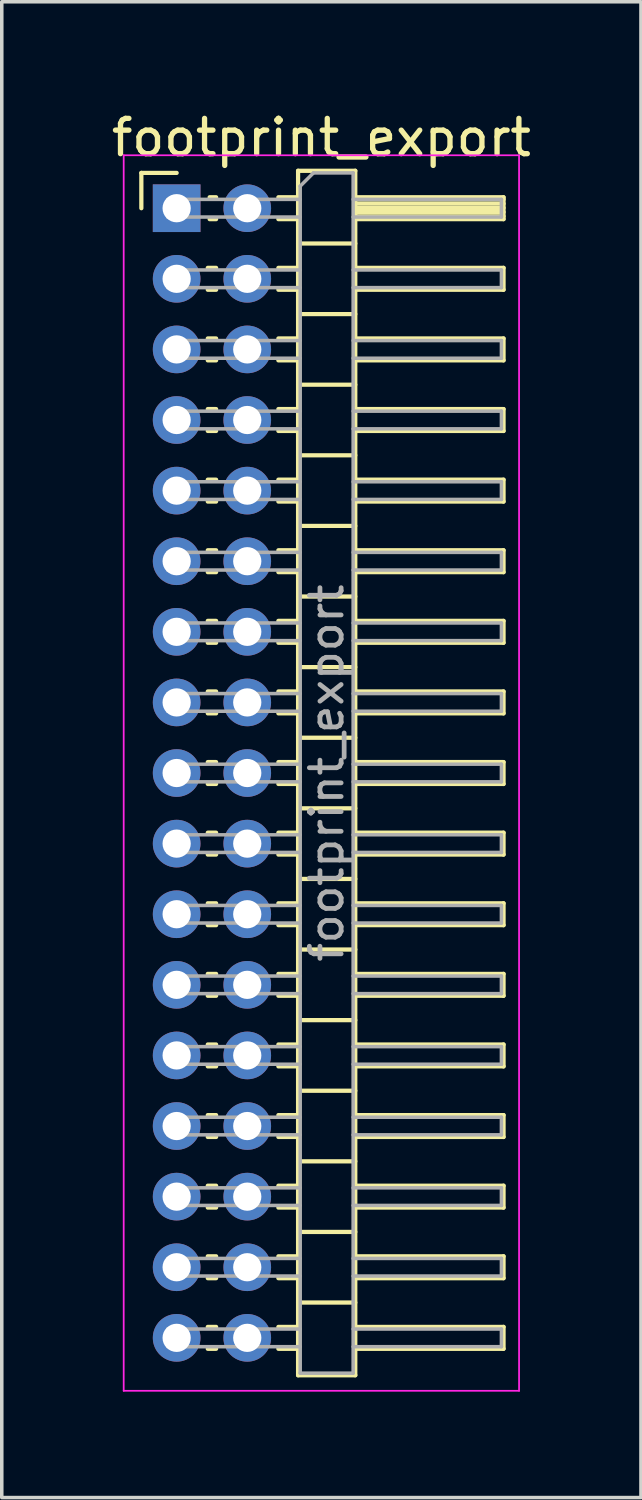
<source format=kicad_pcb>
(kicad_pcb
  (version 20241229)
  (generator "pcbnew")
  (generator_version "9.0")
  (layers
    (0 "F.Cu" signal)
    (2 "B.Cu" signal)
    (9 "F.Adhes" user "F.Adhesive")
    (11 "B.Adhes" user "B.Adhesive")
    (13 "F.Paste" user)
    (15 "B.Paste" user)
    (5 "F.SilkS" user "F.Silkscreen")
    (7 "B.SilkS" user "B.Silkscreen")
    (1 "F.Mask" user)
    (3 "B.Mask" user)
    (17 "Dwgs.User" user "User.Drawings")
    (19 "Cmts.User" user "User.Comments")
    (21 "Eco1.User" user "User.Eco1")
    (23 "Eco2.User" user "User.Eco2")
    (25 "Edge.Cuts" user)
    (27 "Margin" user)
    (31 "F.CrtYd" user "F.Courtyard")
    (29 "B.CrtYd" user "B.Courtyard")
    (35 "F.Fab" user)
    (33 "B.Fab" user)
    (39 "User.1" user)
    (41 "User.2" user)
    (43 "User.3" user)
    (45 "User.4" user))
  (footprint "footprint_export"
    (layer "F.Cu")
    (at 1.954 2.848)
    (property "Reference" "footprint_export" (at 4.1 -2 0) (layer "F.SilkS") (effects (font (size 1 1) (thickness 0.15))))
    (attr through_hole)
    (fp_line (start -1 -1) (end 0 -1) (stroke (width 0.12) (type solid)) (layer "F.SilkS"))
    (fp_line (start -1 0) (end -1 -1) (stroke (width 0.12) (type solid)) (layer "F.SilkS"))
    (fp_line (start 0.882 1.69) (end 1.118 1.69) (stroke (width 0.12) (type solid)) (layer "F.SilkS"))
    (fp_line (start 0.882 2.31) (end 1.118 2.31) (stroke (width 0.12) (type solid)) (layer "F.SilkS"))
    (fp_line (start 0.882 3.69) (end 1.118 3.69) (stroke (width 0.12) (type solid)) (layer "F.SilkS"))
    (fp_line (start 0.882 4.31) (end 1.118 4.31) (stroke (width 0.12) (type solid)) (layer "F.SilkS"))
    (fp_line (start 0.882 5.69) (end 1.118 5.69) (stroke (width 0.12) (type solid)) (layer "F.SilkS"))
    (fp_line (start 0.882 6.31) (end 1.118 6.31) (stroke (width 0.12) (type solid)) (layer "F.SilkS"))
    (fp_line (start 0.882 7.69) (end 1.118 7.69) (stroke (width 0.12) (type solid)) (layer "F.SilkS"))
    (fp_line (start 0.882 8.31) (end 1.118 8.31) (stroke (width 0.12) (type solid)) (layer "F.SilkS"))
    (fp_line (start 0.882 9.69) (end 1.118 9.69) (stroke (width 0.12) (type solid)) (layer "F.SilkS"))
    (fp_line (start 0.882 10.31) (end 1.118 10.31) (stroke (width 0.12) (type solid)) (layer "F.SilkS"))
    (fp_line (start 0.882 11.69) (end 1.118 11.69) (stroke (width 0.12) (type solid)) (layer "F.SilkS"))
    (fp_line (start 0.882 12.31) (end 1.118 12.31) (stroke (width 0.12) (type solid)) (layer "F.SilkS"))
    (fp_line (start 0.882 13.69) (end 1.118 13.69) (stroke (width 0.12) (type solid)) (layer "F.SilkS"))
    (fp_line (start 0.882 14.31) (end 1.118 14.31) (stroke (width 0.12) (type solid)) (layer "F.SilkS"))
    (fp_line (start 0.882 15.69) (end 1.118 15.69) (stroke (width 0.12) (type solid)) (layer "F.SilkS"))
    (fp_line (start 0.882 16.31) (end 1.118 16.31) (stroke (width 0.12) (type solid)) (layer "F.SilkS"))
    (fp_line (start 0.882 17.69) (end 1.118 17.69) (stroke (width 0.12) (type solid)) (layer "F.SilkS"))
    (fp_line (start 0.882 18.31) (end 1.118 18.31) (stroke (width 0.12) (type solid)) (layer "F.SilkS"))
    (fp_line (start 0.882 19.69) (end 1.118 19.69) (stroke (width 0.12) (type solid)) (layer "F.SilkS"))
    (fp_line (start 0.882 20.31) (end 1.118 20.31) (stroke (width 0.12) (type solid)) (layer "F.SilkS"))
    (fp_line (start 0.882 21.69) (end 1.118 21.69) (stroke (width 0.12) (type solid)) (layer "F.SilkS"))
    (fp_line (start 0.882 22.31) (end 1.118 22.31) (stroke (width 0.12) (type solid)) (layer "F.SilkS"))
    (fp_line (start 0.882 23.69) (end 1.118 23.69) (stroke (width 0.12) (type solid)) (layer "F.SilkS"))
    (fp_line (start 0.882 24.31) (end 1.118 24.31) (stroke (width 0.12) (type solid)) (layer "F.SilkS"))
    (fp_line (start 0.882 25.69) (end 1.118 25.69) (stroke (width 0.12) (type solid)) (layer "F.SilkS"))
    (fp_line (start 0.882 26.31) (end 1.118 26.31) (stroke (width 0.12) (type solid)) (layer "F.SilkS"))
    (fp_line (start 0.882 27.69) (end 1.118 27.69) (stroke (width 0.12) (type solid)) (layer "F.SilkS"))
    (fp_line (start 0.882 28.31) (end 1.118 28.31) (stroke (width 0.12) (type solid)) (layer "F.SilkS"))
    (fp_line (start 0.882 29.69) (end 1.118 29.69) (stroke (width 0.12) (type solid)) (layer "F.SilkS"))
    (fp_line (start 0.882 30.31) (end 1.118 30.31) (stroke (width 0.12) (type solid)) (layer "F.SilkS"))
    (fp_line (start 0.882 31.69) (end 1.118 31.69) (stroke (width 0.12) (type solid)) (layer "F.SilkS"))
    (fp_line (start 0.882 32.31) (end 1.118 32.31) (stroke (width 0.12) (type solid)) (layer "F.SilkS"))
    (fp_line (start 0.935 -0.31) (end 1.118 -0.31) (stroke (width 0.12) (type solid)) (layer "F.SilkS"))
    (fp_line (start 0.935 0.31) (end 1.118 0.31) (stroke (width 0.12) (type solid)) (layer "F.SilkS"))
    (fp_line (start 2.882 -0.31) (end 3.44 -0.31) (stroke (width 0.12) (type solid)) (layer "F.SilkS"))
    (fp_line (start 2.882 0.31) (end 3.44 0.31) (stroke (width 0.12) (type solid)) (layer "F.SilkS"))
    (fp_line (start 2.882 1.69) (end 3.44 1.69) (stroke (width 0.12) (type solid)) (layer "F.SilkS"))
    (fp_line (start 2.882 2.31) (end 3.44 2.31) (stroke (width 0.12) (type solid)) (layer "F.SilkS"))
    (fp_line (start 2.882 3.69) (end 3.44 3.69) (stroke (width 0.12) (type solid)) (layer "F.SilkS"))
    (fp_line (start 2.882 4.31) (end 3.44 4.31) (stroke (width 0.12) (type solid)) (layer "F.SilkS"))
    (fp_line (start 2.882 5.69) (end 3.44 5.69) (stroke (width 0.12) (type solid)) (layer "F.SilkS"))
    (fp_line (start 2.882 6.31) (end 3.44 6.31) (stroke (width 0.12) (type solid)) (layer "F.SilkS"))
    (fp_line (start 2.882 7.69) (end 3.44 7.69) (stroke (width 0.12) (type solid)) (layer "F.SilkS"))
    (fp_line (start 2.882 8.31) (end 3.44 8.31) (stroke (width 0.12) (type solid)) (layer "F.SilkS"))
    (fp_line (start 2.882 9.69) (end 3.44 9.69) (stroke (width 0.12) (type solid)) (layer "F.SilkS"))
    (fp_line (start 2.882 10.31) (end 3.44 10.31) (stroke (width 0.12) (type solid)) (layer "F.SilkS"))
    (fp_line (start 2.882 11.69) (end 3.44 11.69) (stroke (width 0.12) (type solid)) (layer "F.SilkS"))
    (fp_line (start 2.882 12.31) (end 3.44 12.31) (stroke (width 0.12) (type solid)) (layer "F.SilkS"))
    (fp_line (start 2.882 13.69) (end 3.44 13.69) (stroke (width 0.12) (type solid)) (layer "F.SilkS"))
    (fp_line (start 2.882 14.31) (end 3.44 14.31) (stroke (width 0.12) (type solid)) (layer "F.SilkS"))
    (fp_line (start 2.882 15.69) (end 3.44 15.69) (stroke (width 0.12) (type solid)) (layer "F.SilkS"))
    (fp_line (start 2.882 16.31) (end 3.44 16.31) (stroke (width 0.12) (type solid)) (layer "F.SilkS"))
    (fp_line (start 2.882 17.69) (end 3.44 17.69) (stroke (width 0.12) (type solid)) (layer "F.SilkS"))
    (fp_line (start 2.882 18.31) (end 3.44 18.31) (stroke (width 0.12) (type solid)) (layer "F.SilkS"))
    (fp_line (start 2.882 19.69) (end 3.44 19.69) (stroke (width 0.12) (type solid)) (layer "F.SilkS"))
    (fp_line (start 2.882 20.31) (end 3.44 20.31) (stroke (width 0.12) (type solid)) (layer "F.SilkS"))
    (fp_line (start 2.882 21.69) (end 3.44 21.69) (stroke (width 0.12) (type solid)) (layer "F.SilkS"))
    (fp_line (start 2.882 22.31) (end 3.44 22.31) (stroke (width 0.12) (type solid)) (layer "F.SilkS"))
    (fp_line (start 2.882 23.69) (end 3.44 23.69) (stroke (width 0.12) (type solid)) (layer "F.SilkS"))
    (fp_line (start 2.882 24.31) (end 3.44 24.31) (stroke (width 0.12) (type solid)) (layer "F.SilkS"))
    (fp_line (start 2.882 25.69) (end 3.44 25.69) (stroke (width 0.12) (type solid)) (layer "F.SilkS"))
    (fp_line (start 2.882 26.31) (end 3.44 26.31) (stroke (width 0.12) (type solid)) (layer "F.SilkS"))
    (fp_line (start 2.882 27.69) (end 3.44 27.69) (stroke (width 0.12) (type solid)) (layer "F.SilkS"))
    (fp_line (start 2.882 28.31) (end 3.44 28.31) (stroke (width 0.12) (type solid)) (layer "F.SilkS"))
    (fp_line (start 2.882 29.69) (end 3.44 29.69) (stroke (width 0.12) (type solid)) (layer "F.SilkS"))
    (fp_line (start 2.882 30.31) (end 3.44 30.31) (stroke (width 0.12) (type solid)) (layer "F.SilkS"))
    (fp_line (start 2.882 31.69) (end 3.44 31.69) (stroke (width 0.12) (type solid)) (layer "F.SilkS"))
    (fp_line (start 2.882 32.31) (end 3.44 32.31) (stroke (width 0.12) (type solid)) (layer "F.SilkS"))
    (fp_line (start 3.44 -1.06) (end 3.44 33.06) (stroke (width 0.12) (type solid)) (layer "F.SilkS"))
    (fp_line (start 3.44 1) (end 5.06 1) (stroke (width 0.12) (type solid)) (layer "F.SilkS"))
    (fp_line (start 3.44 3) (end 5.06 3) (stroke (width 0.12) (type solid)) (layer "F.SilkS"))
    (fp_line (start 3.44 5) (end 5.06 5) (stroke (width 0.12) (type solid)) (layer "F.SilkS"))
    (fp_line (start 3.44 7) (end 5.06 7) (stroke (width 0.12) (type solid)) (layer "F.SilkS"))
    (fp_line (start 3.44 9) (end 5.06 9) (stroke (width 0.12) (type solid)) (layer "F.SilkS"))
    (fp_line (start 3.44 11) (end 5.06 11) (stroke (width 0.12) (type solid)) (layer "F.SilkS"))
    (fp_line (start 3.44 13) (end 5.06 13) (stroke (width 0.12) (type solid)) (layer "F.SilkS"))
    (fp_line (start 3.44 15) (end 5.06 15) (stroke (width 0.12) (type solid)) (layer "F.SilkS"))
    (fp_line (start 3.44 17) (end 5.06 17) (stroke (width 0.12) (type solid)) (layer "F.SilkS"))
    (fp_line (start 3.44 19) (end 5.06 19) (stroke (width 0.12) (type solid)) (layer "F.SilkS"))
    (fp_line (start 3.44 21) (end 5.06 21) (stroke (width 0.12) (type solid)) (layer "F.SilkS"))
    (fp_line (start 3.44 23) (end 5.06 23) (stroke (width 0.12) (type solid)) (layer "F.SilkS"))
    (fp_line (start 3.44 25) (end 5.06 25) (stroke (width 0.12) (type solid)) (layer "F.SilkS"))
    (fp_line (start 3.44 27) (end 5.06 27) (stroke (width 0.12) (type solid)) (layer "F.SilkS"))
    (fp_line (start 3.44 29) (end 5.06 29) (stroke (width 0.12) (type solid)) (layer "F.SilkS"))
    (fp_line (start 3.44 31) (end 5.06 31) (stroke (width 0.12) (type solid)) (layer "F.SilkS"))
    (fp_line (start 3.44 33.06) (end 5.06 33.06) (stroke (width 0.12) (type solid)) (layer "F.SilkS"))
    (fp_line (start 5.06 -1.06) (end 3.44 -1.06) (stroke (width 0.12) (type solid)) (layer "F.SilkS"))
    (fp_line (start 5.06 -0.31) (end 9.26 -0.31) (stroke (width 0.12) (type solid)) (layer "F.SilkS"))
    (fp_line (start 5.06 -0.25) (end 9.26 -0.25) (stroke (width 0.12) (type solid)) (layer "F.SilkS"))
    (fp_line (start 5.06 -0.13) (end 9.26 -0.13) (stroke (width 0.12) (type solid)) (layer "F.SilkS"))
    (fp_line (start 5.06 -0.01) (end 9.26 -0.01) (stroke (width 0.12) (type solid)) (layer "F.SilkS"))
    (fp_line (start 5.06 0.11) (end 9.26 0.11) (stroke (width 0.12) (type solid)) (layer "F.SilkS"))
    (fp_line (start 5.06 0.23) (end 9.26 0.23) (stroke (width 0.12) (type solid)) (layer "F.SilkS"))
    (fp_line (start 5.06 1.69) (end 9.26 1.69) (stroke (width 0.12) (type solid)) (layer "F.SilkS"))
    (fp_line (start 5.06 3.69) (end 9.26 3.69) (stroke (width 0.12) (type solid)) (layer "F.SilkS"))
    (fp_line (start 5.06 5.69) (end 9.26 5.69) (stroke (width 0.12) (type solid)) (layer "F.SilkS"))
    (fp_line (start 5.06 7.69) (end 9.26 7.69) (stroke (width 0.12) (type solid)) (layer "F.SilkS"))
    (fp_line (start 5.06 9.69) (end 9.26 9.69) (stroke (width 0.12) (type solid)) (layer "F.SilkS"))
    (fp_line (start 5.06 11.69) (end 9.26 11.69) (stroke (width 0.12) (type solid)) (layer "F.SilkS"))
    (fp_line (start 5.06 13.69) (end 9.26 13.69) (stroke (width 0.12) (type solid)) (layer "F.SilkS"))
    (fp_line (start 5.06 15.69) (end 9.26 15.69) (stroke (width 0.12) (type solid)) (layer "F.SilkS"))
    (fp_line (start 5.06 17.69) (end 9.26 17.69) (stroke (width 0.12) (type solid)) (layer "F.SilkS"))
    (fp_line (start 5.06 19.69) (end 9.26 19.69) (stroke (width 0.12) (type solid)) (layer "F.SilkS"))
    (fp_line (start 5.06 21.69) (end 9.26 21.69) (stroke (width 0.12) (type solid)) (layer "F.SilkS"))
    (fp_line (start 5.06 23.69) (end 9.26 23.69) (stroke (width 0.12) (type solid)) (layer "F.SilkS"))
    (fp_line (start 5.06 25.69) (end 9.26 25.69) (stroke (width 0.12) (type solid)) (layer "F.SilkS"))
    (fp_line (start 5.06 27.69) (end 9.26 27.69) (stroke (width 0.12) (type solid)) (layer "F.SilkS"))
    (fp_line (start 5.06 29.69) (end 9.26 29.69) (stroke (width 0.12) (type solid)) (layer "F.SilkS"))
    (fp_line (start 5.06 31.69) (end 9.26 31.69) (stroke (width 0.12) (type solid)) (layer "F.SilkS"))
    (fp_line (start 5.06 33.06) (end 5.06 -1.06) (stroke (width 0.12) (type solid)) (layer "F.SilkS"))
    (fp_line (start 9.26 -0.31) (end 9.26 0.31) (stroke (width 0.12) (type solid)) (layer "F.SilkS"))
    (fp_line (start 9.26 0.31) (end 5.06 0.31) (stroke (width 0.12) (type solid)) (layer "F.SilkS"))
    (fp_line (start 9.26 1.69) (end 9.26 2.31) (stroke (width 0.12) (type solid)) (layer "F.SilkS"))
    (fp_line (start 9.26 2.31) (end 5.06 2.31) (stroke (width 0.12) (type solid)) (layer "F.SilkS"))
    (fp_line (start 9.26 3.69) (end 9.26 4.31) (stroke (width 0.12) (type solid)) (layer "F.SilkS"))
    (fp_line (start 9.26 4.31) (end 5.06 4.31) (stroke (width 0.12) (type solid)) (layer "F.SilkS"))
    (fp_line (start 9.26 5.69) (end 9.26 6.31) (stroke (width 0.12) (type solid)) (layer "F.SilkS"))
    (fp_line (start 9.26 6.31) (end 5.06 6.31) (stroke (width 0.12) (type solid)) (layer "F.SilkS"))
    (fp_line (start 9.26 7.69) (end 9.26 8.31) (stroke (width 0.12) (type solid)) (layer "F.SilkS"))
    (fp_line (start 9.26 8.31) (end 5.06 8.31) (stroke (width 0.12) (type solid)) (layer "F.SilkS"))
    (fp_line (start 9.26 9.69) (end 9.26 10.31) (stroke (width 0.12) (type solid)) (layer "F.SilkS"))
    (fp_line (start 9.26 10.31) (end 5.06 10.31) (stroke (width 0.12) (type solid)) (layer "F.SilkS"))
    (fp_line (start 9.26 11.69) (end 9.26 12.31) (stroke (width 0.12) (type solid)) (layer "F.SilkS"))
    (fp_line (start 9.26 12.31) (end 5.06 12.31) (stroke (width 0.12) (type solid)) (layer "F.SilkS"))
    (fp_line (start 9.26 13.69) (end 9.26 14.31) (stroke (width 0.12) (type solid)) (layer "F.SilkS"))
    (fp_line (start 9.26 14.31) (end 5.06 14.31) (stroke (width 0.12) (type solid)) (layer "F.SilkS"))
    (fp_line (start 9.26 15.69) (end 9.26 16.31) (stroke (width 0.12) (type solid)) (layer "F.SilkS"))
    (fp_line (start 9.26 16.31) (end 5.06 16.31) (stroke (width 0.12) (type solid)) (layer "F.SilkS"))
    (fp_line (start 9.26 17.69) (end 9.26 18.31) (stroke (width 0.12) (type solid)) (layer "F.SilkS"))
    (fp_line (start 9.26 18.31) (end 5.06 18.31) (stroke (width 0.12) (type solid)) (layer "F.SilkS"))
    (fp_line (start 9.26 19.69) (end 9.26 20.31) (stroke (width 0.12) (type solid)) (layer "F.SilkS"))
    (fp_line (start 9.26 20.31) (end 5.06 20.31) (stroke (width 0.12) (type solid)) (layer "F.SilkS"))
    (fp_line (start 9.26 21.69) (end 9.26 22.31) (stroke (width 0.12) (type solid)) (layer "F.SilkS"))
    (fp_line (start 9.26 22.31) (end 5.06 22.31) (stroke (width 0.12) (type solid)) (layer "F.SilkS"))
    (fp_line (start 9.26 23.69) (end 9.26 24.31) (stroke (width 0.12) (type solid)) (layer "F.SilkS"))
    (fp_line (start 9.26 24.31) (end 5.06 24.31) (stroke (width 0.12) (type solid)) (layer "F.SilkS"))
    (fp_line (start 9.26 25.69) (end 9.26 26.31) (stroke (width 0.12) (type solid)) (layer "F.SilkS"))
    (fp_line (start 9.26 26.31) (end 5.06 26.31) (stroke (width 0.12) (type solid)) (layer "F.SilkS"))
    (fp_line (start 9.26 27.69) (end 9.26 28.31) (stroke (width 0.12) (type solid)) (layer "F.SilkS"))
    (fp_line (start 9.26 28.31) (end 5.06 28.31) (stroke (width 0.12) (type solid)) (layer "F.SilkS"))
    (fp_line (start 9.26 29.69) (end 9.26 30.31) (stroke (width 0.12) (type solid)) (layer "F.SilkS"))
    (fp_line (start 9.26 30.31) (end 5.06 30.31) (stroke (width 0.12) (type solid)) (layer "F.SilkS"))
    (fp_line (start 9.26 31.69) (end 9.26 32.31) (stroke (width 0.12) (type solid)) (layer "F.SilkS"))
    (fp_line (start 9.26 32.31) (end 5.06 32.31) (stroke (width 0.12) (type solid)) (layer "F.SilkS"))
    (fp_line (start -1.5 -1.5) (end -1.5 33.5) (stroke (width 0.05) (type solid)) (layer "F.CrtYd"))
    (fp_line (start -1.5 33.5) (end 9.7 33.5) (stroke (width 0.05) (type solid)) (layer "F.CrtYd"))
    (fp_line (start 9.7 -1.5) (end -1.5 -1.5) (stroke (width 0.05) (type solid)) (layer "F.CrtYd"))
    (fp_line (start 9.7 33.5) (end 9.7 -1.5) (stroke (width 0.05) (type solid)) (layer "F.CrtYd"))
    (fp_line (start -0.25 -0.25) (end -0.25 0.25) (stroke (width 0.1) (type solid)) (layer "F.Fab"))
    (fp_line (start -0.25 -0.25) (end 3.5 -0.25) (stroke (width 0.1) (type solid)) (layer "F.Fab"))
    (fp_line (start -0.25 0.25) (end 3.5 0.25) (stroke (width 0.1) (type solid)) (layer "F.Fab"))
    (fp_line (start -0.25 1.75) (end -0.25 2.25) (stroke (width 0.1) (type solid)) (layer "F.Fab"))
    (fp_line (start -0.25 1.75) (end 3.5 1.75) (stroke (width 0.1) (type solid)) (layer "F.Fab"))
    (fp_line (start -0.25 2.25) (end 3.5 2.25) (stroke (width 0.1) (type solid)) (layer "F.Fab"))
    (fp_line (start -0.25 3.75) (end -0.25 4.25) (stroke (width 0.1) (type solid)) (layer "F.Fab"))
    (fp_line (start -0.25 3.75) (end 3.5 3.75) (stroke (width 0.1) (type solid)) (layer "F.Fab"))
    (fp_line (start -0.25 4.25) (end 3.5 4.25) (stroke (width 0.1) (type solid)) (layer "F.Fab"))
    (fp_line (start -0.25 5.75) (end -0.25 6.25) (stroke (width 0.1) (type solid)) (layer "F.Fab"))
    (fp_line (start -0.25 5.75) (end 3.5 5.75) (stroke (width 0.1) (type solid)) (layer "F.Fab"))
    (fp_line (start -0.25 6.25) (end 3.5 6.25) (stroke (width 0.1) (type solid)) (layer "F.Fab"))
    (fp_line (start -0.25 7.75) (end -0.25 8.25) (stroke (width 0.1) (type solid)) (layer "F.Fab"))
    (fp_line (start -0.25 7.75) (end 3.5 7.75) (stroke (width 0.1) (type solid)) (layer "F.Fab"))
    (fp_line (start -0.25 8.25) (end 3.5 8.25) (stroke (width 0.1) (type solid)) (layer "F.Fab"))
    (fp_line (start -0.25 9.75) (end -0.25 10.25) (stroke (width 0.1) (type solid)) (layer "F.Fab"))
    (fp_line (start -0.25 9.75) (end 3.5 9.75) (stroke (width 0.1) (type solid)) (layer "F.Fab"))
    (fp_line (start -0.25 10.25) (end 3.5 10.25) (stroke (width 0.1) (type solid)) (layer "F.Fab"))
    (fp_line (start -0.25 11.75) (end -0.25 12.25) (stroke (width 0.1) (type solid)) (layer "F.Fab"))
    (fp_line (start -0.25 11.75) (end 3.5 11.75) (stroke (width 0.1) (type solid)) (layer "F.Fab"))
    (fp_line (start -0.25 12.25) (end 3.5 12.25) (stroke (width 0.1) (type solid)) (layer "F.Fab"))
    (fp_line (start -0.25 13.75) (end -0.25 14.25) (stroke (width 0.1) (type solid)) (layer "F.Fab"))
    (fp_line (start -0.25 13.75) (end 3.5 13.75) (stroke (width 0.1) (type solid)) (layer "F.Fab"))
    (fp_line (start -0.25 14.25) (end 3.5 14.25) (stroke (width 0.1) (type solid)) (layer "F.Fab"))
    (fp_line (start -0.25 15.75) (end -0.25 16.25) (stroke (width 0.1) (type solid)) (layer "F.Fab"))
    (fp_line (start -0.25 15.75) (end 3.5 15.75) (stroke (width 0.1) (type solid)) (layer "F.Fab"))
    (fp_line (start -0.25 16.25) (end 3.5 16.25) (stroke (width 0.1) (type solid)) (layer "F.Fab"))
    (fp_line (start -0.25 17.75) (end -0.25 18.25) (stroke (width 0.1) (type solid)) (layer "F.Fab"))
    (fp_line (start -0.25 17.75) (end 3.5 17.75) (stroke (width 0.1) (type solid)) (layer "F.Fab"))
    (fp_line (start -0.25 18.25) (end 3.5 18.25) (stroke (width 0.1) (type solid)) (layer "F.Fab"))
    (fp_line (start -0.25 19.75) (end -0.25 20.25) (stroke (width 0.1) (type solid)) (layer "F.Fab"))
    (fp_line (start -0.25 19.75) (end 3.5 19.75) (stroke (width 0.1) (type solid)) (layer "F.Fab"))
    (fp_line (start -0.25 20.25) (end 3.5 20.25) (stroke (width 0.1) (type solid)) (layer "F.Fab"))
    (fp_line (start -0.25 21.75) (end -0.25 22.25) (stroke (width 0.1) (type solid)) (layer "F.Fab"))
    (fp_line (start -0.25 21.75) (end 3.5 21.75) (stroke (width 0.1) (type solid)) (layer "F.Fab"))
    (fp_line (start -0.25 22.25) (end 3.5 22.25) (stroke (width 0.1) (type solid)) (layer "F.Fab"))
    (fp_line (start -0.25 23.75) (end -0.25 24.25) (stroke (width 0.1) (type solid)) (layer "F.Fab"))
    (fp_line (start -0.25 23.75) (end 3.5 23.75) (stroke (width 0.1) (type solid)) (layer "F.Fab"))
    (fp_line (start -0.25 24.25) (end 3.5 24.25) (stroke (width 0.1) (type solid)) (layer "F.Fab"))
    (fp_line (start -0.25 25.75) (end -0.25 26.25) (stroke (width 0.1) (type solid)) (layer "F.Fab"))
    (fp_line (start -0.25 25.75) (end 3.5 25.75) (stroke (width 0.1) (type solid)) (layer "F.Fab"))
    (fp_line (start -0.25 26.25) (end 3.5 26.25) (stroke (width 0.1) (type solid)) (layer "F.Fab"))
    (fp_line (start -0.25 27.75) (end -0.25 28.25) (stroke (width 0.1) (type solid)) (layer "F.Fab"))
    (fp_line (start -0.25 27.75) (end 3.5 27.75) (stroke (width 0.1) (type solid)) (layer "F.Fab"))
    (fp_line (start -0.25 28.25) (end 3.5 28.25) (stroke (width 0.1) (type solid)) (layer "F.Fab"))
    (fp_line (start -0.25 29.75) (end -0.25 30.25) (stroke (width 0.1) (type solid)) (layer "F.Fab"))
    (fp_line (start -0.25 29.75) (end 3.5 29.75) (stroke (width 0.1) (type solid)) (layer "F.Fab"))
    (fp_line (start -0.25 30.25) (end 3.5 30.25) (stroke (width 0.1) (type solid)) (layer "F.Fab"))
    (fp_line (start -0.25 31.75) (end -0.25 32.25) (stroke (width 0.1) (type solid)) (layer "F.Fab"))
    (fp_line (start -0.25 31.75) (end 3.5 31.75) (stroke (width 0.1) (type solid)) (layer "F.Fab"))
    (fp_line (start -0.25 32.25) (end 3.5 32.25) (stroke (width 0.1) (type solid)) (layer "F.Fab"))
    (fp_line (start 3.5 -0.625) (end 3.875 -1) (stroke (width 0.1) (type solid)) (layer "F.Fab"))
    (fp_line (start 3.5 33) (end 3.5 -0.625) (stroke (width 0.1) (type solid)) (layer "F.Fab"))
    (fp_line (start 3.875 -1) (end 5 -1) (stroke (width 0.1) (type solid)) (layer "F.Fab"))
    (fp_line (start 5 -1) (end 5 33) (stroke (width 0.1) (type solid)) (layer "F.Fab"))
    (fp_line (start 5 -0.25) (end 9.2 -0.25) (stroke (width 0.1) (type solid)) (layer "F.Fab"))
    (fp_line (start 5 0.25) (end 9.2 0.25) (stroke (width 0.1) (type solid)) (layer "F.Fab"))
    (fp_line (start 5 1.75) (end 9.2 1.75) (stroke (width 0.1) (type solid)) (layer "F.Fab"))
    (fp_line (start 5 2.25) (end 9.2 2.25) (stroke (width 0.1) (type solid)) (layer "F.Fab"))
    (fp_line (start 5 3.75) (end 9.2 3.75) (stroke (width 0.1) (type solid)) (layer "F.Fab"))
    (fp_line (start 5 4.25) (end 9.2 4.25) (stroke (width 0.1) (type solid)) (layer "F.Fab"))
    (fp_line (start 5 5.75) (end 9.2 5.75) (stroke (width 0.1) (type solid)) (layer "F.Fab"))
    (fp_line (start 5 6.25) (end 9.2 6.25) (stroke (width 0.1) (type solid)) (layer "F.Fab"))
    (fp_line (start 5 7.75) (end 9.2 7.75) (stroke (width 0.1) (type solid)) (layer "F.Fab"))
    (fp_line (start 5 8.25) (end 9.2 8.25) (stroke (width 0.1) (type solid)) (layer "F.Fab"))
    (fp_line (start 5 9.75) (end 9.2 9.75) (stroke (width 0.1) (type solid)) (layer "F.Fab"))
    (fp_line (start 5 10.25) (end 9.2 10.25) (stroke (width 0.1) (type solid)) (layer "F.Fab"))
    (fp_line (start 5 11.75) (end 9.2 11.75) (stroke (width 0.1) (type solid)) (layer "F.Fab"))
    (fp_line (start 5 12.25) (end 9.2 12.25) (stroke (width 0.1) (type solid)) (layer "F.Fab"))
    (fp_line (start 5 13.75) (end 9.2 13.75) (stroke (width 0.1) (type solid)) (layer "F.Fab"))
    (fp_line (start 5 14.25) (end 9.2 14.25) (stroke (width 0.1) (type solid)) (layer "F.Fab"))
    (fp_line (start 5 15.75) (end 9.2 15.75) (stroke (width 0.1) (type solid)) (layer "F.Fab"))
    (fp_line (start 5 16.25) (end 9.2 16.25) (stroke (width 0.1) (type solid)) (layer "F.Fab"))
    (fp_line (start 5 17.75) (end 9.2 17.75) (stroke (width 0.1) (type solid)) (layer "F.Fab"))
    (fp_line (start 5 18.25) (end 9.2 18.25) (stroke (width 0.1) (type solid)) (layer "F.Fab"))
    (fp_line (start 5 19.75) (end 9.2 19.75) (stroke (width 0.1) (type solid)) (layer "F.Fab"))
    (fp_line (start 5 20.25) (end 9.2 20.25) (stroke (width 0.1) (type solid)) (layer "F.Fab"))
    (fp_line (start 5 21.75) (end 9.2 21.75) (stroke (width 0.1) (type solid)) (layer "F.Fab"))
    (fp_line (start 5 22.25) (end 9.2 22.25) (stroke (width 0.1) (type solid)) (layer "F.Fab"))
    (fp_line (start 5 23.75) (end 9.2 23.75) (stroke (width 0.1) (type solid)) (layer "F.Fab"))
    (fp_line (start 5 24.25) (end 9.2 24.25) (stroke (width 0.1) (type solid)) (layer "F.Fab"))
    (fp_line (start 5 25.75) (end 9.2 25.75) (stroke (width 0.1) (type solid)) (layer "F.Fab"))
    (fp_line (start 5 26.25) (end 9.2 26.25) (stroke (width 0.1) (type solid)) (layer "F.Fab"))
    (fp_line (start 5 27.75) (end 9.2 27.75) (stroke (width 0.1) (type solid)) (layer "F.Fab"))
    (fp_line (start 5 28.25) (end 9.2 28.25) (stroke (width 0.1) (type solid)) (layer "F.Fab"))
    (fp_line (start 5 29.75) (end 9.2 29.75) (stroke (width 0.1) (type solid)) (layer "F.Fab"))
    (fp_line (start 5 30.25) (end 9.2 30.25) (stroke (width 0.1) (type solid)) (layer "F.Fab"))
    (fp_line (start 5 31.75) (end 9.2 31.75) (stroke (width 0.1) (type solid)) (layer "F.Fab"))
    (fp_line (start 5 32.25) (end 9.2 32.25) (stroke (width 0.1) (type solid)) (layer "F.Fab"))
    (fp_line (start 5 33) (end 3.5 33) (stroke (width 0.1) (type solid)) (layer "F.Fab"))
    (fp_line (start 9.2 -0.25) (end 9.2 0.25) (stroke (width 0.1) (type solid)) (layer "F.Fab"))
    (fp_line (start 9.2 1.75) (end 9.2 2.25) (stroke (width 0.1) (type solid)) (layer "F.Fab"))
    (fp_line (start 9.2 3.75) (end 9.2 4.25) (stroke (width 0.1) (type solid)) (layer "F.Fab"))
    (fp_line (start 9.2 5.75) (end 9.2 6.25) (stroke (width 0.1) (type solid)) (layer "F.Fab"))
    (fp_line (start 9.2 7.75) (end 9.2 8.25) (stroke (width 0.1) (type solid)) (layer "F.Fab"))
    (fp_line (start 9.2 9.75) (end 9.2 10.25) (stroke (width 0.1) (type solid)) (layer "F.Fab"))
    (fp_line (start 9.2 11.75) (end 9.2 12.25) (stroke (width 0.1) (type solid)) (layer "F.Fab"))
    (fp_line (start 9.2 13.75) (end 9.2 14.25) (stroke (width 0.1) (type solid)) (layer "F.Fab"))
    (fp_line (start 9.2 15.75) (end 9.2 16.25) (stroke (width 0.1) (type solid)) (layer "F.Fab"))
    (fp_line (start 9.2 17.75) (end 9.2 18.25) (stroke (width 0.1) (type solid)) (layer "F.Fab"))
    (fp_line (start 9.2 19.75) (end 9.2 20.25) (stroke (width 0.1) (type solid)) (layer "F.Fab"))
    (fp_line (start 9.2 21.75) (end 9.2 22.25) (stroke (width 0.1) (type solid)) (layer "F.Fab"))
    (fp_line (start 9.2 23.75) (end 9.2 24.25) (stroke (width 0.1) (type solid)) (layer "F.Fab"))
    (fp_line (start 9.2 25.75) (end 9.2 26.25) (stroke (width 0.1) (type solid)) (layer "F.Fab"))
    (fp_line (start 9.2 27.75) (end 9.2 28.25) (stroke (width 0.1) (type solid)) (layer "F.Fab"))
    (fp_line (start 9.2 29.75) (end 9.2 30.25) (stroke (width 0.1) (type solid)) (layer "F.Fab"))
    (fp_line (start 9.2 31.75) (end 9.2 32.25) (stroke (width 0.1) (type solid)) (layer "F.Fab"))
    (fp_text user "${REFERENCE}" (at 4.25 16 90) (layer "F.Fab") (effects (font (size 0.9 0.9) (thickness 0.135))))
    (pad "1" thru_hole rect (at 0 0) (size 1.35 1.35) (drill 0.8) (layers "*.Cu" "*.Mask"))
    (pad "2" thru_hole oval (at 2 0) (size 1.35 1.35) (drill 0.8) (layers "*.Cu" "*.Mask"))
    (pad "3" thru_hole oval (at 0 2) (size 1.35 1.35) (drill 0.8) (layers "*.Cu" "*.Mask"))
    (pad "4" thru_hole oval (at 2 2) (size 1.35 1.35) (drill 0.8) (layers "*.Cu" "*.Mask"))
    (pad "5" thru_hole oval (at 0 4) (size 1.35 1.35) (drill 0.8) (layers "*.Cu" "*.Mask"))
    (pad "6" thru_hole oval (at 2 4) (size 1.35 1.35) (drill 0.8) (layers "*.Cu" "*.Mask"))
    (pad "7" thru_hole oval (at 0 6) (size 1.35 1.35) (drill 0.8) (layers "*.Cu" "*.Mask"))
    (pad "8" thru_hole oval (at 2 6) (size 1.35 1.35) (drill 0.8) (layers "*.Cu" "*.Mask"))
    (pad "9" thru_hole oval (at 0 8) (size 1.35 1.35) (drill 0.8) (layers "*.Cu" "*.Mask"))
    (pad "10" thru_hole oval (at 2 8) (size 1.35 1.35) (drill 0.8) (layers "*.Cu" "*.Mask"))
    (pad "11" thru_hole oval (at 0 10) (size 1.35 1.35) (drill 0.8) (layers "*.Cu" "*.Mask"))
    (pad "12" thru_hole oval (at 2 10) (size 1.35 1.35) (drill 0.8) (layers "*.Cu" "*.Mask"))
    (pad "13" thru_hole oval (at 0 12) (size 1.35 1.35) (drill 0.8) (layers "*.Cu" "*.Mask"))
    (pad "14" thru_hole oval (at 2 12) (size 1.35 1.35) (drill 0.8) (layers "*.Cu" "*.Mask"))
    (pad "15" thru_hole oval (at 0 14) (size 1.35 1.35) (drill 0.8) (layers "*.Cu" "*.Mask"))
    (pad "16" thru_hole oval (at 2 14) (size 1.35 1.35) (drill 0.8) (layers "*.Cu" "*.Mask"))
    (pad "17" thru_hole oval (at 0 16) (size 1.35 1.35) (drill 0.8) (layers "*.Cu" "*.Mask"))
    (pad "18" thru_hole oval (at 2 16) (size 1.35 1.35) (drill 0.8) (layers "*.Cu" "*.Mask"))
    (pad "19" thru_hole oval (at 0 18) (size 1.35 1.35) (drill 0.8) (layers "*.Cu" "*.Mask"))
    (pad "20" thru_hole oval (at 2 18) (size 1.35 1.35) (drill 0.8) (layers "*.Cu" "*.Mask"))
    (pad "21" thru_hole oval (at 0 20) (size 1.35 1.35) (drill 0.8) (layers "*.Cu" "*.Mask"))
    (pad "22" thru_hole oval (at 2 20) (size 1.35 1.35) (drill 0.8) (layers "*.Cu" "*.Mask"))
    (pad "23" thru_hole oval (at 0 22) (size 1.35 1.35) (drill 0.8) (layers "*.Cu" "*.Mask"))
    (pad "24" thru_hole oval (at 2 22) (size 1.35 1.35) (drill 0.8) (layers "*.Cu" "*.Mask"))
    (pad "25" thru_hole oval (at 0 24) (size 1.35 1.35) (drill 0.8) (layers "*.Cu" "*.Mask"))
    (pad "26" thru_hole oval (at 2 24) (size 1.35 1.35) (drill 0.8) (layers "*.Cu" "*.Mask"))
    (pad "27" thru_hole oval (at 0 26) (size 1.35 1.35) (drill 0.8) (layers "*.Cu" "*.Mask"))
    (pad "28" thru_hole oval (at 2 26) (size 1.35 1.35) (drill 0.8) (layers "*.Cu" "*.Mask"))
    (pad "29" thru_hole oval (at 0 28) (size 1.35 1.35) (drill 0.8) (layers "*.Cu" "*.Mask"))
    (pad "30" thru_hole oval (at 2 28) (size 1.35 1.35) (drill 0.8) (layers "*.Cu" "*.Mask"))
    (pad "31" thru_hole oval (at 0 30) (size 1.35 1.35) (drill 0.8) (layers "*.Cu" "*.Mask"))
    (pad "32" thru_hole oval (at 2 30) (size 1.35 1.35) (drill 0.8) (layers "*.Cu" "*.Mask"))
    (pad "33" thru_hole oval (at 0 32) (size 1.35 1.35) (drill 0.8) (layers "*.Cu" "*.Mask"))
    (pad "34" thru_hole oval (at 2 32) (size 1.35 1.35) (drill 0.8) (layers "*.Cu" "*.Mask")))
  (gr_rect
    (start -3 -3)
    (end 15.107 39.373)
    (stroke (width 0.1) (type default))
    (fill no)
    (layer "Edge.Cuts")))
</source>
